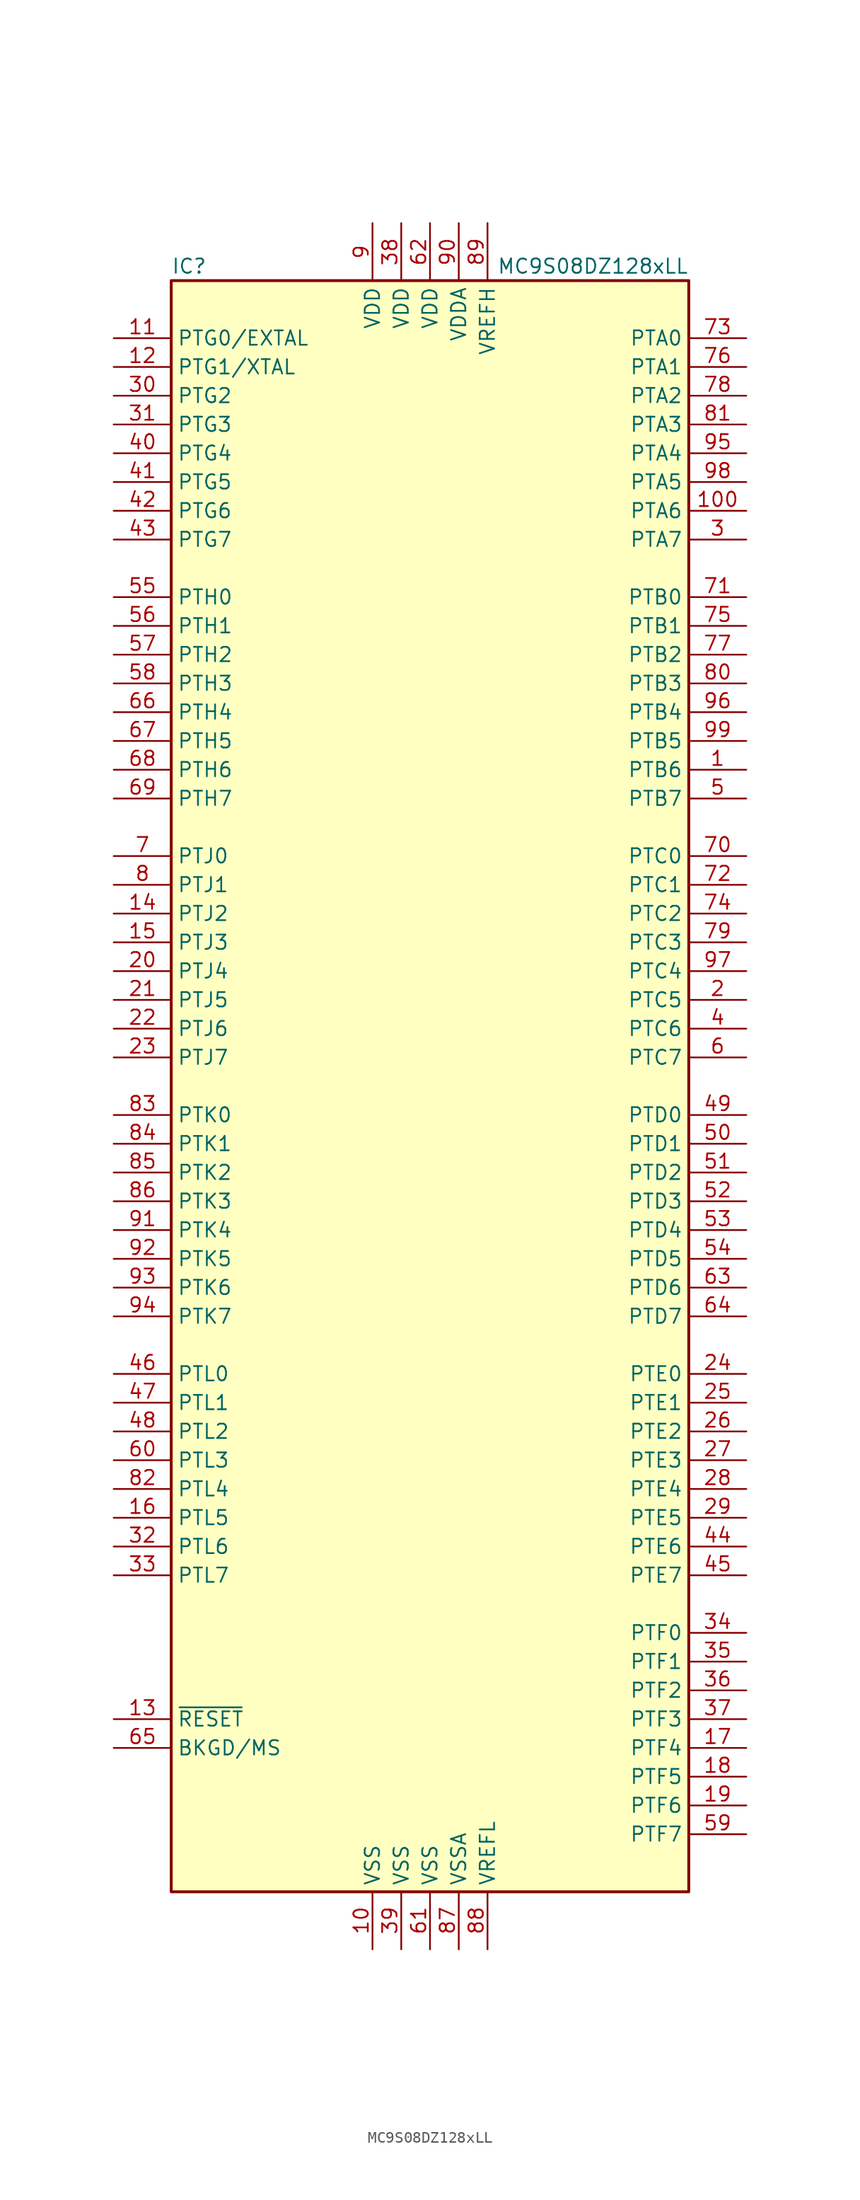
<source format=kicad_sym>
(kicad_symbol_lib
  (version 20201005)
  (generator kicad_symbol_editor)
  (symbol "MC9S08DZ128xLL"
    (property "Reference" "IC"
      (at -22.86 72.39 0)
      (effects (font (size 1.27 1.27)) (justify left)))
    (property "Value" "MC9S08DZ128xLL"
      (at 22.86 72.39 0)
      (effects (font (size 1.27 1.27)) (justify right)))
    (symbol "MC9S08DZ128xLL_0_1"
      (rectangle (start -22.86 71.12) (end 22.86 -71.12) (stroke (width 0.254)) (fill (type background))))
    (symbol "MC9S08DZ128xLL_1_1"
      (pin bidirectional line (at 27.94 27.94 180) (length 5.08) (name "PTB6" (effects (font (size 1.27 1.27)))) (number "1" (effects (font (size 1.27 1.27)))))
      (pin power_in line (at -5.08 -76.2 90) (length 5.08) (name "VSS" (effects (font (size 1.27 1.27)))) (number "10" (effects (font (size 1.27 1.27)))))
      (pin bidirectional line (at 27.94 50.8 180) (length 5.08) (name "PTA6" (effects (font (size 1.27 1.27)))) (number "100" (effects (font (size 1.27 1.27)))))
      (pin bidirectional line (at -27.94 66.04 0) (length 5.08) (name "PTG0/EXTAL" (effects (font (size 1.27 1.27)))) (number "11" (effects (font (size 1.27 1.27)))))
      (pin bidirectional line (at -27.94 63.5 0) (length 5.08) (name "PTG1/XTAL" (effects (font (size 1.27 1.27)))) (number "12" (effects (font (size 1.27 1.27)))))
      (pin input line (at -27.94 -55.88 0) (length 5.08) (name "~RESET" (effects (font (size 1.27 1.27)))) (number "13" (effects (font (size 1.27 1.27)))))
      (pin bidirectional line (at -27.94 15.24 0) (length 5.08) (name "PTJ2" (effects (font (size 1.27 1.27)))) (number "14" (effects (font (size 1.27 1.27)))))
      (pin bidirectional line (at -27.94 12.7 0) (length 5.08) (name "PTJ3" (effects (font (size 1.27 1.27)))) (number "15" (effects (font (size 1.27 1.27)))))
      (pin bidirectional line (at -27.94 -38.1 0) (length 5.08) (name "PTL5" (effects (font (size 1.27 1.27)))) (number "16" (effects (font (size 1.27 1.27)))))
      (pin bidirectional line (at 27.94 -58.42 180) (length 5.08) (name "PTF4" (effects (font (size 1.27 1.27)))) (number "17" (effects (font (size 1.27 1.27)))))
      (pin bidirectional line (at 27.94 -60.96 180) (length 5.08) (name "PTF5" (effects (font (size 1.27 1.27)))) (number "18" (effects (font (size 1.27 1.27)))))
      (pin bidirectional line (at 27.94 -63.5 180) (length 5.08) (name "PTF6" (effects (font (size 1.27 1.27)))) (number "19" (effects (font (size 1.27 1.27)))))
      (pin bidirectional line (at 27.94 7.62 180) (length 5.08) (name "PTC5" (effects (font (size 1.27 1.27)))) (number "2" (effects (font (size 1.27 1.27)))))
      (pin bidirectional line (at -27.94 10.16 0) (length 5.08) (name "PTJ4" (effects (font (size 1.27 1.27)))) (number "20" (effects (font (size 1.27 1.27)))))
      (pin bidirectional line (at -27.94 7.62 0) (length 5.08) (name "PTJ5" (effects (font (size 1.27 1.27)))) (number "21" (effects (font (size 1.27 1.27)))))
      (pin bidirectional line (at -27.94 5.08 0) (length 5.08) (name "PTJ6" (effects (font (size 1.27 1.27)))) (number "22" (effects (font (size 1.27 1.27)))))
      (pin bidirectional line (at -27.94 2.54 0) (length 5.08) (name "PTJ7" (effects (font (size 1.27 1.27)))) (number "23" (effects (font (size 1.27 1.27)))))
      (pin bidirectional line (at 27.94 -25.4 180) (length 5.08) (name "PTE0" (effects (font (size 1.27 1.27)))) (number "24" (effects (font (size 1.27 1.27)))))
      (pin bidirectional line (at 27.94 -27.94 180) (length 5.08) (name "PTE1" (effects (font (size 1.27 1.27)))) (number "25" (effects (font (size 1.27 1.27)))))
      (pin bidirectional line (at 27.94 -30.48 180) (length 5.08) (name "PTE2" (effects (font (size 1.27 1.27)))) (number "26" (effects (font (size 1.27 1.27)))))
      (pin bidirectional line (at 27.94 -33.02 180) (length 5.08) (name "PTE3" (effects (font (size 1.27 1.27)))) (number "27" (effects (font (size 1.27 1.27)))))
      (pin bidirectional line (at 27.94 -35.56 180) (length 5.08) (name "PTE4" (effects (font (size 1.27 1.27)))) (number "28" (effects (font (size 1.27 1.27)))))
      (pin bidirectional line (at 27.94 -38.1 180) (length 5.08) (name "PTE5" (effects (font (size 1.27 1.27)))) (number "29" (effects (font (size 1.27 1.27)))))
      (pin bidirectional line (at 27.94 48.26 180) (length 5.08) (name "PTA7" (effects (font (size 1.27 1.27)))) (number "3" (effects (font (size 1.27 1.27)))))
      (pin bidirectional line (at -27.94 60.96 0) (length 5.08) (name "PTG2" (effects (font (size 1.27 1.27)))) (number "30" (effects (font (size 1.27 1.27)))))
      (pin bidirectional line (at -27.94 58.42 0) (length 5.08) (name "PTG3" (effects (font (size 1.27 1.27)))) (number "31" (effects (font (size 1.27 1.27)))))
      (pin bidirectional line (at -27.94 -40.64 0) (length 5.08) (name "PTL6" (effects (font (size 1.27 1.27)))) (number "32" (effects (font (size 1.27 1.27)))))
      (pin bidirectional line (at -27.94 -43.18 0) (length 5.08) (name "PTL7" (effects (font (size 1.27 1.27)))) (number "33" (effects (font (size 1.27 1.27)))))
      (pin bidirectional line (at 27.94 -48.26 180) (length 5.08) (name "PTF0" (effects (font (size 1.27 1.27)))) (number "34" (effects (font (size 1.27 1.27)))))
      (pin bidirectional line (at 27.94 -50.8 180) (length 5.08) (name "PTF1" (effects (font (size 1.27 1.27)))) (number "35" (effects (font (size 1.27 1.27)))))
      (pin bidirectional line (at 27.94 -53.34 180) (length 5.08) (name "PTF2" (effects (font (size 1.27 1.27)))) (number "36" (effects (font (size 1.27 1.27)))))
      (pin bidirectional line (at 27.94 -55.88 180) (length 5.08) (name "PTF3" (effects (font (size 1.27 1.27)))) (number "37" (effects (font (size 1.27 1.27)))))
      (pin power_in line (at -2.54 76.2 270) (length 5.08) (name "VDD" (effects (font (size 1.27 1.27)))) (number "38" (effects (font (size 1.27 1.27)))))
      (pin power_in line (at -2.54 -76.2 90) (length 5.08) (name "VSS" (effects (font (size 1.27 1.27)))) (number "39" (effects (font (size 1.27 1.27)))))
      (pin bidirectional line (at 27.94 5.08 180) (length 5.08) (name "PTC6" (effects (font (size 1.27 1.27)))) (number "4" (effects (font (size 1.27 1.27)))))
      (pin bidirectional line (at -27.94 55.88 0) (length 5.08) (name "PTG4" (effects (font (size 1.27 1.27)))) (number "40" (effects (font (size 1.27 1.27)))))
      (pin bidirectional line (at -27.94 53.34 0) (length 5.08) (name "PTG5" (effects (font (size 1.27 1.27)))) (number "41" (effects (font (size 1.27 1.27)))))
      (pin bidirectional line (at -27.94 50.8 0) (length 5.08) (name "PTG6" (effects (font (size 1.27 1.27)))) (number "42" (effects (font (size 1.27 1.27)))))
      (pin bidirectional line (at -27.94 48.26 0) (length 5.08) (name "PTG7" (effects (font (size 1.27 1.27)))) (number "43" (effects (font (size 1.27 1.27)))))
      (pin bidirectional line (at 27.94 -40.64 180) (length 5.08) (name "PTE6" (effects (font (size 1.27 1.27)))) (number "44" (effects (font (size 1.27 1.27)))))
      (pin bidirectional line (at 27.94 -43.18 180) (length 5.08) (name "PTE7" (effects (font (size 1.27 1.27)))) (number "45" (effects (font (size 1.27 1.27)))))
      (pin bidirectional line (at -27.94 -25.4 0) (length 5.08) (name "PTL0" (effects (font (size 1.27 1.27)))) (number "46" (effects (font (size 1.27 1.27)))))
      (pin bidirectional line (at -27.94 -27.94 0) (length 5.08) (name "PTL1" (effects (font (size 1.27 1.27)))) (number "47" (effects (font (size 1.27 1.27)))))
      (pin bidirectional line (at -27.94 -30.48 0) (length 5.08) (name "PTL2" (effects (font (size 1.27 1.27)))) (number "48" (effects (font (size 1.27 1.27)))))
      (pin bidirectional line (at 27.94 -2.54 180) (length 5.08) (name "PTD0" (effects (font (size 1.27 1.27)))) (number "49" (effects (font (size 1.27 1.27)))))
      (pin bidirectional line (at 27.94 25.4 180) (length 5.08) (name "PTB7" (effects (font (size 1.27 1.27)))) (number "5" (effects (font (size 1.27 1.27)))))
      (pin bidirectional line (at 27.94 -5.08 180) (length 5.08) (name "PTD1" (effects (font (size 1.27 1.27)))) (number "50" (effects (font (size 1.27 1.27)))))
      (pin bidirectional line (at 27.94 -7.62 180) (length 5.08) (name "PTD2" (effects (font (size 1.27 1.27)))) (number "51" (effects (font (size 1.27 1.27)))))
      (pin bidirectional line (at 27.94 -10.16 180) (length 5.08) (name "PTD3" (effects (font (size 1.27 1.27)))) (number "52" (effects (font (size 1.27 1.27)))))
      (pin bidirectional line (at 27.94 -12.7 180) (length 5.08) (name "PTD4" (effects (font (size 1.27 1.27)))) (number "53" (effects (font (size 1.27 1.27)))))
      (pin bidirectional line (at 27.94 -15.24 180) (length 5.08) (name "PTD5" (effects (font (size 1.27 1.27)))) (number "54" (effects (font (size 1.27 1.27)))))
      (pin bidirectional line (at -27.94 43.18 0) (length 5.08) (name "PTH0" (effects (font (size 1.27 1.27)))) (number "55" (effects (font (size 1.27 1.27)))))
      (pin bidirectional line (at -27.94 40.64 0) (length 5.08) (name "PTH1" (effects (font (size 1.27 1.27)))) (number "56" (effects (font (size 1.27 1.27)))))
      (pin bidirectional line (at -27.94 38.1 0) (length 5.08) (name "PTH2" (effects (font (size 1.27 1.27)))) (number "57" (effects (font (size 1.27 1.27)))))
      (pin bidirectional line (at -27.94 35.56 0) (length 5.08) (name "PTH3" (effects (font (size 1.27 1.27)))) (number "58" (effects (font (size 1.27 1.27)))))
      (pin bidirectional line (at 27.94 -66.04 180) (length 5.08) (name "PTF7" (effects (font (size 1.27 1.27)))) (number "59" (effects (font (size 1.27 1.27)))))
      (pin bidirectional line (at 27.94 2.54 180) (length 5.08) (name "PTC7" (effects (font (size 1.27 1.27)))) (number "6" (effects (font (size 1.27 1.27)))))
      (pin bidirectional line (at -27.94 -33.02 0) (length 5.08) (name "PTL3" (effects (font (size 1.27 1.27)))) (number "60" (effects (font (size 1.27 1.27)))))
      (pin power_in line (at 0 -76.2 90) (length 5.08) (name "VSS" (effects (font (size 1.27 1.27)))) (number "61" (effects (font (size 1.27 1.27)))))
      (pin power_in line (at 0 76.2 270) (length 5.08) (name "VDD" (effects (font (size 1.27 1.27)))) (number "62" (effects (font (size 1.27 1.27)))))
      (pin bidirectional line (at 27.94 -17.78 180) (length 5.08) (name "PTD6" (effects (font (size 1.27 1.27)))) (number "63" (effects (font (size 1.27 1.27)))))
      (pin bidirectional line (at 27.94 -20.32 180) (length 5.08) (name "PTD7" (effects (font (size 1.27 1.27)))) (number "64" (effects (font (size 1.27 1.27)))))
      (pin bidirectional line (at -27.94 -58.42 0) (length 5.08) (name "BKGD/MS" (effects (font (size 1.27 1.27)))) (number "65" (effects (font (size 1.27 1.27)))))
      (pin bidirectional line (at -27.94 33.02 0) (length 5.08) (name "PTH4" (effects (font (size 1.27 1.27)))) (number "66" (effects (font (size 1.27 1.27)))))
      (pin bidirectional line (at -27.94 30.48 0) (length 5.08) (name "PTH5" (effects (font (size 1.27 1.27)))) (number "67" (effects (font (size 1.27 1.27)))))
      (pin bidirectional line (at -27.94 27.94 0) (length 5.08) (name "PTH6" (effects (font (size 1.27 1.27)))) (number "68" (effects (font (size 1.27 1.27)))))
      (pin bidirectional line (at -27.94 25.4 0) (length 5.08) (name "PTH7" (effects (font (size 1.27 1.27)))) (number "69" (effects (font (size 1.27 1.27)))))
      (pin bidirectional line (at -27.94 20.32 0) (length 5.08) (name "PTJ0" (effects (font (size 1.27 1.27)))) (number "7" (effects (font (size 1.27 1.27)))))
      (pin bidirectional line (at 27.94 20.32 180) (length 5.08) (name "PTC0" (effects (font (size 1.27 1.27)))) (number "70" (effects (font (size 1.27 1.27)))))
      (pin bidirectional line (at 27.94 43.18 180) (length 5.08) (name "PTB0" (effects (font (size 1.27 1.27)))) (number "71" (effects (font (size 1.27 1.27)))))
      (pin bidirectional line (at 27.94 17.78 180) (length 5.08) (name "PTC1" (effects (font (size 1.27 1.27)))) (number "72" (effects (font (size 1.27 1.27)))))
      (pin bidirectional line (at 27.94 66.04 180) (length 5.08) (name "PTA0" (effects (font (size 1.27 1.27)))) (number "73" (effects (font (size 1.27 1.27)))))
      (pin bidirectional line (at 27.94 15.24 180) (length 5.08) (name "PTC2" (effects (font (size 1.27 1.27)))) (number "74" (effects (font (size 1.27 1.27)))))
      (pin bidirectional line (at 27.94 40.64 180) (length 5.08) (name "PTB1" (effects (font (size 1.27 1.27)))) (number "75" (effects (font (size 1.27 1.27)))))
      (pin bidirectional line (at 27.94 63.5 180) (length 5.08) (name "PTA1" (effects (font (size 1.27 1.27)))) (number "76" (effects (font (size 1.27 1.27)))))
      (pin bidirectional line (at 27.94 38.1 180) (length 5.08) (name "PTB2" (effects (font (size 1.27 1.27)))) (number "77" (effects (font (size 1.27 1.27)))))
      (pin bidirectional line (at 27.94 60.96 180) (length 5.08) (name "PTA2" (effects (font (size 1.27 1.27)))) (number "78" (effects (font (size 1.27 1.27)))))
      (pin bidirectional line (at 27.94 12.7 180) (length 5.08) (name "PTC3" (effects (font (size 1.27 1.27)))) (number "79" (effects (font (size 1.27 1.27)))))
      (pin bidirectional line (at -27.94 17.78 0) (length 5.08) (name "PTJ1" (effects (font (size 1.27 1.27)))) (number "8" (effects (font (size 1.27 1.27)))))
      (pin bidirectional line (at 27.94 35.56 180) (length 5.08) (name "PTB3" (effects (font (size 1.27 1.27)))) (number "80" (effects (font (size 1.27 1.27)))))
      (pin bidirectional line (at 27.94 58.42 180) (length 5.08) (name "PTA3" (effects (font (size 1.27 1.27)))) (number "81" (effects (font (size 1.27 1.27)))))
      (pin bidirectional line (at -27.94 -35.56 0) (length 5.08) (name "PTL4" (effects (font (size 1.27 1.27)))) (number "82" (effects (font (size 1.27 1.27)))))
      (pin bidirectional line (at -27.94 -2.54 0) (length 5.08) (name "PTK0" (effects (font (size 1.27 1.27)))) (number "83" (effects (font (size 1.27 1.27)))))
      (pin bidirectional line (at -27.94 -5.08 0) (length 5.08) (name "PTK1" (effects (font (size 1.27 1.27)))) (number "84" (effects (font (size 1.27 1.27)))))
      (pin bidirectional line (at -27.94 -7.62 0) (length 5.08) (name "PTK2" (effects (font (size 1.27 1.27)))) (number "85" (effects (font (size 1.27 1.27)))))
      (pin bidirectional line (at -27.94 -10.16 0) (length 5.08) (name "PTK3" (effects (font (size 1.27 1.27)))) (number "86" (effects (font (size 1.27 1.27)))))
      (pin power_in line (at 2.54 -76.2 90) (length 5.08) (name "VSSA" (effects (font (size 1.27 1.27)))) (number "87" (effects (font (size 1.27 1.27)))))
      (pin power_in line (at 5.08 -76.2 90) (length 5.08) (name "VREFL" (effects (font (size 1.27 1.27)))) (number "88" (effects (font (size 1.27 1.27)))))
      (pin power_in line (at 5.08 76.2 270) (length 5.08) (name "VREFH" (effects (font (size 1.27 1.27)))) (number "89" (effects (font (size 1.27 1.27)))))
      (pin power_in line (at -5.08 76.2 270) (length 5.08) (name "VDD" (effects (font (size 1.27 1.27)))) (number "9" (effects (font (size 1.27 1.27)))))
      (pin power_in line (at 2.54 76.2 270) (length 5.08) (name "VDDA" (effects (font (size 1.27 1.27)))) (number "90" (effects (font (size 1.27 1.27)))))
      (pin bidirectional line (at -27.94 -12.7 0) (length 5.08) (name "PTK4" (effects (font (size 1.27 1.27)))) (number "91" (effects (font (size 1.27 1.27)))))
      (pin bidirectional line (at -27.94 -15.24 0) (length 5.08) (name "PTK5" (effects (font (size 1.27 1.27)))) (number "92" (effects (font (size 1.27 1.27)))))
      (pin bidirectional line (at -27.94 -17.78 0) (length 5.08) (name "PTK6" (effects (font (size 1.27 1.27)))) (number "93" (effects (font (size 1.27 1.27)))))
      (pin bidirectional line (at -27.94 -20.32 0) (length 5.08) (name "PTK7" (effects (font (size 1.27 1.27)))) (number "94" (effects (font (size 1.27 1.27)))))
      (pin bidirectional line (at 27.94 55.88 180) (length 5.08) (name "PTA4" (effects (font (size 1.27 1.27)))) (number "95" (effects (font (size 1.27 1.27)))))
      (pin bidirectional line (at 27.94 33.02 180) (length 5.08) (name "PTB4" (effects (font (size 1.27 1.27)))) (number "96" (effects (font (size 1.27 1.27)))))
      (pin bidirectional line (at 27.94 10.16 180) (length 5.08) (name "PTC4" (effects (font (size 1.27 1.27)))) (number "97" (effects (font (size 1.27 1.27)))))
      (pin bidirectional line (at 27.94 53.34 180) (length 5.08) (name "PTA5" (effects (font (size 1.27 1.27)))) (number "98" (effects (font (size 1.27 1.27)))))
      (pin bidirectional line (at 27.94 30.48 180) (length 5.08) (name "PTB5" (effects (font (size 1.27 1.27)))) (number "99" (effects (font (size 1.27 1.27))))))))
</source>
